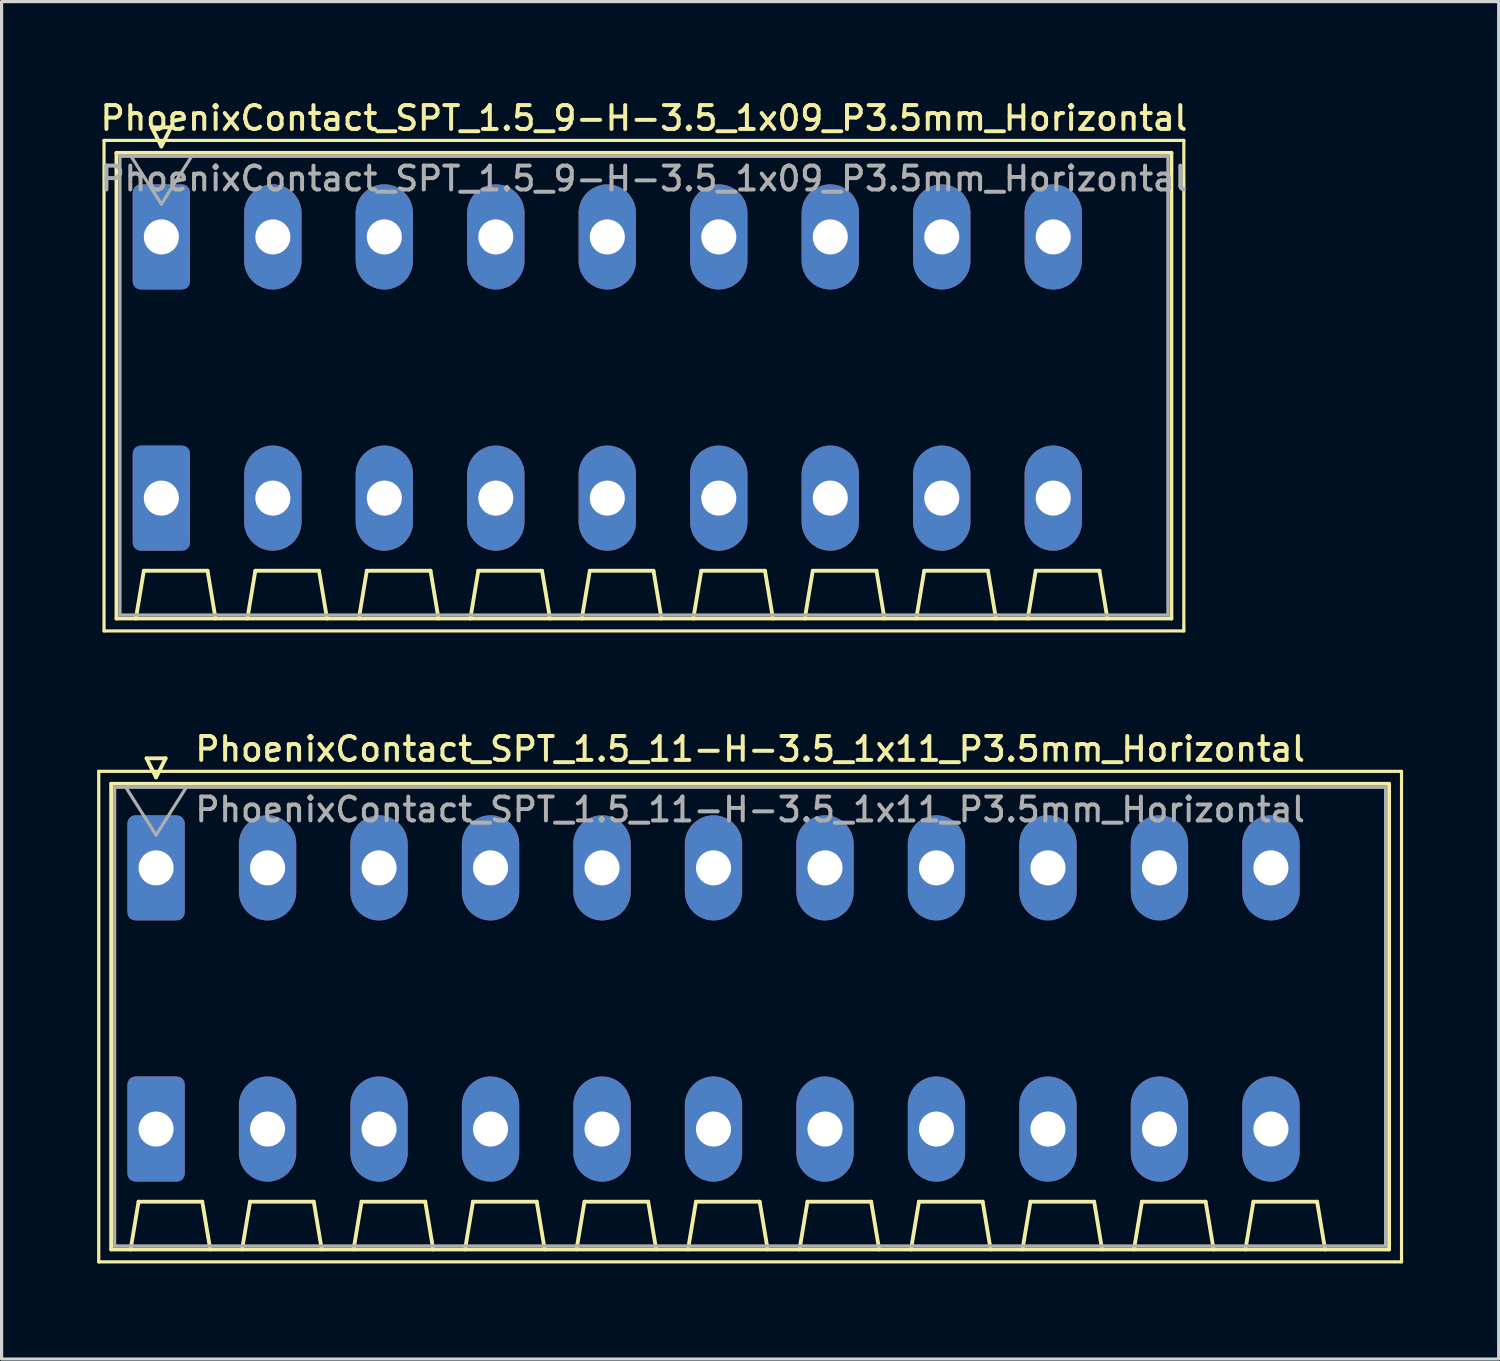
<source format=kicad_pcb>
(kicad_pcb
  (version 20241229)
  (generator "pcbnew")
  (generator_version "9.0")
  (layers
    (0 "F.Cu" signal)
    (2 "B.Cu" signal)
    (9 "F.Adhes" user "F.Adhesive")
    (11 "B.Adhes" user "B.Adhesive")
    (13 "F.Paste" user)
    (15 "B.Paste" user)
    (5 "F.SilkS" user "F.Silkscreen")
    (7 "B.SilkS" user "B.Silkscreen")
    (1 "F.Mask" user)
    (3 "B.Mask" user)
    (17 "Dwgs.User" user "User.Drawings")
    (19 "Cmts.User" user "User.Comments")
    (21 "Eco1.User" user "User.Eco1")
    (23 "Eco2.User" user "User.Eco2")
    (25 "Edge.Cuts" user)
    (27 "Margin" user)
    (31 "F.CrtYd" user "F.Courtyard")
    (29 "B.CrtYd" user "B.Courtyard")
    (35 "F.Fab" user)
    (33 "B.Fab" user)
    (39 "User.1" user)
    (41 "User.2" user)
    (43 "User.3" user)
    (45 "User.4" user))
  (footprint "PhoenixContact_SPT_1.5_9-H-3.5_1x09_P3.5mm_Horizontal"
    (layer "F.Cu")
    (at 2.016 4.388)
    (property "Reference" "PhoenixContact_SPT_1.5_9-H-3.5_1x09_P3.5mm_Horizontal" (at 15.15 -3.73 0) (layer "F.SilkS") (effects (font (size 0.75 0.75) (thickness 0.125))))
    (attr through_hole)
    (fp_line (start -1.8 -3.03) (end -1.8 12.37) (stroke (width 0.1) (type solid)) (layer "F.SilkS"))
    (fp_line (start -1.8 12.37) (end 32.1 12.37) (stroke (width 0.1) (type solid)) (layer "F.SilkS"))
    (fp_line (start -1.41 -2.64) (end 31.71 -2.64) (stroke (width 0.12) (type solid)) (layer "F.SilkS"))
    (fp_line (start -1.41 11.98) (end -1.41 -2.64) (stroke (width 0.12) (type solid)) (layer "F.SilkS"))
    (fp_line (start -0.8 11.98) (end -0.55 10.48) (stroke (width 0.12) (type solid)) (layer "F.SilkS"))
    (fp_line (start -0.55 10.48) (end 1.45 10.48) (stroke (width 0.12) (type solid)) (layer "F.SilkS"))
    (fp_line (start -0.3 -3.44) (end 0 -2.84) (stroke (width 0.12) (type solid)) (layer "F.SilkS"))
    (fp_line (start -0.3 -3.44) (end 0.3 -3.44) (stroke (width 0.12) (type solid)) (layer "F.SilkS"))
    (fp_line (start 0.3 -3.44) (end 0 -2.84) (stroke (width 0.12) (type solid)) (layer "F.SilkS"))
    (fp_line (start 1.7 11.98) (end 1.45 10.48) (stroke (width 0.12) (type solid)) (layer "F.SilkS"))
    (fp_line (start 2.7 11.98) (end 2.95 10.48) (stroke (width 0.12) (type solid)) (layer "F.SilkS"))
    (fp_line (start 2.95 10.48) (end 4.95 10.48) (stroke (width 0.12) (type solid)) (layer "F.SilkS"))
    (fp_line (start 5.2 11.98) (end 4.95 10.48) (stroke (width 0.12) (type solid)) (layer "F.SilkS"))
    (fp_line (start 6.2 11.98) (end 6.45 10.48) (stroke (width 0.12) (type solid)) (layer "F.SilkS"))
    (fp_line (start 6.45 10.48) (end 8.45 10.48) (stroke (width 0.12) (type solid)) (layer "F.SilkS"))
    (fp_line (start 8.7 11.98) (end 8.45 10.48) (stroke (width 0.12) (type solid)) (layer "F.SilkS"))
    (fp_line (start 9.7 11.98) (end 9.95 10.48) (stroke (width 0.12) (type solid)) (layer "F.SilkS"))
    (fp_line (start 9.95 10.48) (end 11.95 10.48) (stroke (width 0.12) (type solid)) (layer "F.SilkS"))
    (fp_line (start 12.2 11.98) (end 11.95 10.48) (stroke (width 0.12) (type solid)) (layer "F.SilkS"))
    (fp_line (start 13.2 11.98) (end 13.45 10.48) (stroke (width 0.12) (type solid)) (layer "F.SilkS"))
    (fp_line (start 13.45 10.48) (end 15.45 10.48) (stroke (width 0.12) (type solid)) (layer "F.SilkS"))
    (fp_line (start 15.7 11.98) (end 15.45 10.48) (stroke (width 0.12) (type solid)) (layer "F.SilkS"))
    (fp_line (start 16.7 11.98) (end 16.95 10.48) (stroke (width 0.12) (type solid)) (layer "F.SilkS"))
    (fp_line (start 16.95 10.48) (end 18.95 10.48) (stroke (width 0.12) (type solid)) (layer "F.SilkS"))
    (fp_line (start 19.2 11.98) (end 18.95 10.48) (stroke (width 0.12) (type solid)) (layer "F.SilkS"))
    (fp_line (start 20.2 11.98) (end 20.45 10.48) (stroke (width 0.12) (type solid)) (layer "F.SilkS"))
    (fp_line (start 20.45 10.48) (end 22.45 10.48) (stroke (width 0.12) (type solid)) (layer "F.SilkS"))
    (fp_line (start 22.7 11.98) (end 22.45 10.48) (stroke (width 0.12) (type solid)) (layer "F.SilkS"))
    (fp_line (start 23.7 11.98) (end 23.95 10.48) (stroke (width 0.12) (type solid)) (layer "F.SilkS"))
    (fp_line (start 23.95 10.48) (end 25.95 10.48) (stroke (width 0.12) (type solid)) (layer "F.SilkS"))
    (fp_line (start 26.2 11.98) (end 25.95 10.48) (stroke (width 0.12) (type solid)) (layer "F.SilkS"))
    (fp_line (start 27.2 11.98) (end 27.45 10.48) (stroke (width 0.12) (type solid)) (layer "F.SilkS"))
    (fp_line (start 27.45 10.48) (end 29.45 10.48) (stroke (width 0.12) (type solid)) (layer "F.SilkS"))
    (fp_line (start 29.7 11.98) (end 29.45 10.48) (stroke (width 0.12) (type solid)) (layer "F.SilkS"))
    (fp_line (start 31.71 -2.64) (end 31.71 11.98) (stroke (width 0.12) (type solid)) (layer "F.SilkS"))
    (fp_line (start 31.71 11.98) (end -1.41 11.98) (stroke (width 0.12) (type solid)) (layer "F.SilkS"))
    (fp_line (start 32.1 -3.03) (end -1.8 -3.03) (stroke (width 0.1) (type solid)) (layer "F.SilkS"))
    (fp_line (start 32.1 12.37) (end 32.1 -3.03) (stroke (width 0.1) (type solid)) (layer "F.SilkS"))
    (fp_line (start -1.3 -2.53) (end -1.3 11.87) (stroke (width 0.1) (type solid)) (layer "F.Fab"))
    (fp_line (start -1.3 11.87) (end 31.6 11.87) (stroke (width 0.1) (type solid)) (layer "F.Fab"))
    (fp_line (start -0.95 -2.53) (end 0 -1.03) (stroke (width 0.1) (type solid)) (layer "F.Fab"))
    (fp_line (start 0.95 -2.53) (end 0 -1.03) (stroke (width 0.1) (type solid)) (layer "F.Fab"))
    (fp_line (start 31.6 -2.53) (end -1.3 -2.53) (stroke (width 0.1) (type solid)) (layer "F.Fab"))
    (fp_line (start 31.6 11.87) (end 31.6 -2.53) (stroke (width 0.1) (type solid)) (layer "F.Fab"))
    (fp_text user "${REFERENCE}" (at 15.15 -1.83 0) (layer "F.Fab") (effects (font (size 0.75 0.75) (thickness 0.125))))
    (pad "1" thru_hole roundrect (at 0 0) (size 1.8 3.3) (drill 1.1) (layers "*.Cu" "*.Mask") (roundrect_rratio 0.139))
    (pad "1" thru_hole roundrect (at 0 8.2) (size 1.8 3.3) (drill 1.1) (layers "*.Cu" "*.Mask") (roundrect_rratio 0.139))
    (pad "2" thru_hole oval (at 3.5 0) (size 1.8 3.3) (drill 1.1) (layers "*.Cu" "*.Mask"))
    (pad "2" thru_hole oval (at 3.5 8.2) (size 1.8 3.3) (drill 1.1) (layers "*.Cu" "*.Mask"))
    (pad "3" thru_hole oval (at 7 0) (size 1.8 3.3) (drill 1.1) (layers "*.Cu" "*.Mask"))
    (pad "3" thru_hole oval (at 7 8.2) (size 1.8 3.3) (drill 1.1) (layers "*.Cu" "*.Mask"))
    (pad "4" thru_hole oval (at 10.5 0) (size 1.8 3.3) (drill 1.1) (layers "*.Cu" "*.Mask"))
    (pad "4" thru_hole oval (at 10.5 8.2) (size 1.8 3.3) (drill 1.1) (layers "*.Cu" "*.Mask"))
    (pad "5" thru_hole oval (at 14 0) (size 1.8 3.3) (drill 1.1) (layers "*.Cu" "*.Mask"))
    (pad "5" thru_hole oval (at 14 8.2) (size 1.8 3.3) (drill 1.1) (layers "*.Cu" "*.Mask"))
    (pad "6" thru_hole oval (at 17.5 0) (size 1.8 3.3) (drill 1.1) (layers "*.Cu" "*.Mask"))
    (pad "6" thru_hole oval (at 17.5 8.2) (size 1.8 3.3) (drill 1.1) (layers "*.Cu" "*.Mask"))
    (pad "7" thru_hole oval (at 21 0) (size 1.8 3.3) (drill 1.1) (layers "*.Cu" "*.Mask"))
    (pad "7" thru_hole oval (at 21 8.2) (size 1.8 3.3) (drill 1.1) (layers "*.Cu" "*.Mask"))
    (pad "8" thru_hole oval (at 24.5 0) (size 1.8 3.3) (drill 1.1) (layers "*.Cu" "*.Mask"))
    (pad "8" thru_hole oval (at 24.5 8.2) (size 1.8 3.3) (drill 1.1) (layers "*.Cu" "*.Mask"))
    (pad "9" thru_hole oval (at 28 0) (size 1.8 3.3) (drill 1.1) (layers "*.Cu" "*.Mask"))
    (pad "9" thru_hole oval (at 28 8.2) (size 1.8 3.3) (drill 1.1) (layers "*.Cu" "*.Mask")))
  (footprint "PhoenixContact_SPT_1.5_11-H-3.5_1x11_P3.5mm_Horizontal"
    (layer "F.Cu")
    (at 1.85 24.196)
    (property "Reference" "PhoenixContact_SPT_1.5_11-H-3.5_1x11_P3.5mm_Horizontal" (at 18.65 -3.73 0) (layer "F.SilkS") (effects (font (size 0.75 0.75) (thickness 0.125))))
    (attr through_hole)
    (fp_line (start -1.8 -3.03) (end -1.8 12.37) (stroke (width 0.1) (type solid)) (layer "F.SilkS"))
    (fp_line (start -1.8 12.37) (end 39.1 12.37) (stroke (width 0.1) (type solid)) (layer "F.SilkS"))
    (fp_line (start -1.41 -2.64) (end 38.71 -2.64) (stroke (width 0.12) (type solid)) (layer "F.SilkS"))
    (fp_line (start -1.41 11.98) (end -1.41 -2.64) (stroke (width 0.12) (type solid)) (layer "F.SilkS"))
    (fp_line (start -0.8 11.98) (end -0.55 10.48) (stroke (width 0.12) (type solid)) (layer "F.SilkS"))
    (fp_line (start -0.55 10.48) (end 1.45 10.48) (stroke (width 0.12) (type solid)) (layer "F.SilkS"))
    (fp_line (start -0.3 -3.44) (end 0 -2.84) (stroke (width 0.12) (type solid)) (layer "F.SilkS"))
    (fp_line (start -0.3 -3.44) (end 0.3 -3.44) (stroke (width 0.12) (type solid)) (layer "F.SilkS"))
    (fp_line (start 0.3 -3.44) (end 0 -2.84) (stroke (width 0.12) (type solid)) (layer "F.SilkS"))
    (fp_line (start 1.7 11.98) (end 1.45 10.48) (stroke (width 0.12) (type solid)) (layer "F.SilkS"))
    (fp_line (start 2.7 11.98) (end 2.95 10.48) (stroke (width 0.12) (type solid)) (layer "F.SilkS"))
    (fp_line (start 2.95 10.48) (end 4.95 10.48) (stroke (width 0.12) (type solid)) (layer "F.SilkS"))
    (fp_line (start 5.2 11.98) (end 4.95 10.48) (stroke (width 0.12) (type solid)) (layer "F.SilkS"))
    (fp_line (start 6.2 11.98) (end 6.45 10.48) (stroke (width 0.12) (type solid)) (layer "F.SilkS"))
    (fp_line (start 6.45 10.48) (end 8.45 10.48) (stroke (width 0.12) (type solid)) (layer "F.SilkS"))
    (fp_line (start 8.7 11.98) (end 8.45 10.48) (stroke (width 0.12) (type solid)) (layer "F.SilkS"))
    (fp_line (start 9.7 11.98) (end 9.95 10.48) (stroke (width 0.12) (type solid)) (layer "F.SilkS"))
    (fp_line (start 9.95 10.48) (end 11.95 10.48) (stroke (width 0.12) (type solid)) (layer "F.SilkS"))
    (fp_line (start 12.2 11.98) (end 11.95 10.48) (stroke (width 0.12) (type solid)) (layer "F.SilkS"))
    (fp_line (start 13.2 11.98) (end 13.45 10.48) (stroke (width 0.12) (type solid)) (layer "F.SilkS"))
    (fp_line (start 13.45 10.48) (end 15.45 10.48) (stroke (width 0.12) (type solid)) (layer "F.SilkS"))
    (fp_line (start 15.7 11.98) (end 15.45 10.48) (stroke (width 0.12) (type solid)) (layer "F.SilkS"))
    (fp_line (start 16.7 11.98) (end 16.95 10.48) (stroke (width 0.12) (type solid)) (layer "F.SilkS"))
    (fp_line (start 16.95 10.48) (end 18.95 10.48) (stroke (width 0.12) (type solid)) (layer "F.SilkS"))
    (fp_line (start 19.2 11.98) (end 18.95 10.48) (stroke (width 0.12) (type solid)) (layer "F.SilkS"))
    (fp_line (start 20.2 11.98) (end 20.45 10.48) (stroke (width 0.12) (type solid)) (layer "F.SilkS"))
    (fp_line (start 20.45 10.48) (end 22.45 10.48) (stroke (width 0.12) (type solid)) (layer "F.SilkS"))
    (fp_line (start 22.7 11.98) (end 22.45 10.48) (stroke (width 0.12) (type solid)) (layer "F.SilkS"))
    (fp_line (start 23.7 11.98) (end 23.95 10.48) (stroke (width 0.12) (type solid)) (layer "F.SilkS"))
    (fp_line (start 23.95 10.48) (end 25.95 10.48) (stroke (width 0.12) (type solid)) (layer "F.SilkS"))
    (fp_line (start 26.2 11.98) (end 25.95 10.48) (stroke (width 0.12) (type solid)) (layer "F.SilkS"))
    (fp_line (start 27.2 11.98) (end 27.45 10.48) (stroke (width 0.12) (type solid)) (layer "F.SilkS"))
    (fp_line (start 27.45 10.48) (end 29.45 10.48) (stroke (width 0.12) (type solid)) (layer "F.SilkS"))
    (fp_line (start 29.7 11.98) (end 29.45 10.48) (stroke (width 0.12) (type solid)) (layer "F.SilkS"))
    (fp_line (start 30.7 11.98) (end 30.95 10.48) (stroke (width 0.12) (type solid)) (layer "F.SilkS"))
    (fp_line (start 30.95 10.48) (end 32.95 10.48) (stroke (width 0.12) (type solid)) (layer "F.SilkS"))
    (fp_line (start 33.2 11.98) (end 32.95 10.48) (stroke (width 0.12) (type solid)) (layer "F.SilkS"))
    (fp_line (start 34.2 11.98) (end 34.45 10.48) (stroke (width 0.12) (type solid)) (layer "F.SilkS"))
    (fp_line (start 34.45 10.48) (end 36.45 10.48) (stroke (width 0.12) (type solid)) (layer "F.SilkS"))
    (fp_line (start 36.7 11.98) (end 36.45 10.48) (stroke (width 0.12) (type solid)) (layer "F.SilkS"))
    (fp_line (start 38.71 -2.64) (end 38.71 11.98) (stroke (width 0.12) (type solid)) (layer "F.SilkS"))
    (fp_line (start 38.71 11.98) (end -1.41 11.98) (stroke (width 0.12) (type solid)) (layer "F.SilkS"))
    (fp_line (start 39.1 -3.03) (end -1.8 -3.03) (stroke (width 0.1) (type solid)) (layer "F.SilkS"))
    (fp_line (start 39.1 12.37) (end 39.1 -3.03) (stroke (width 0.1) (type solid)) (layer "F.SilkS"))
    (fp_line (start -1.3 -2.53) (end -1.3 11.87) (stroke (width 0.1) (type solid)) (layer "F.Fab"))
    (fp_line (start -1.3 11.87) (end 38.6 11.87) (stroke (width 0.1) (type solid)) (layer "F.Fab"))
    (fp_line (start -0.95 -2.53) (end 0 -1.03) (stroke (width 0.1) (type solid)) (layer "F.Fab"))
    (fp_line (start 0.95 -2.53) (end 0 -1.03) (stroke (width 0.1) (type solid)) (layer "F.Fab"))
    (fp_line (start 38.6 -2.53) (end -1.3 -2.53) (stroke (width 0.1) (type solid)) (layer "F.Fab"))
    (fp_line (start 38.6 11.87) (end 38.6 -2.53) (stroke (width 0.1) (type solid)) (layer "F.Fab"))
    (fp_text user "${REFERENCE}" (at 18.65 -1.83 0) (layer "F.Fab") (effects (font (size 0.75 0.75) (thickness 0.125))))
    (pad "1" thru_hole roundrect (at 0 0) (size 1.8 3.3) (drill 1.1) (layers "*.Cu" "*.Mask") (roundrect_rratio 0.139))
    (pad "1" thru_hole roundrect (at 0 8.2) (size 1.8 3.3) (drill 1.1) (layers "*.Cu" "*.Mask") (roundrect_rratio 0.139))
    (pad "2" thru_hole oval (at 3.5 0) (size 1.8 3.3) (drill 1.1) (layers "*.Cu" "*.Mask"))
    (pad "2" thru_hole oval (at 3.5 8.2) (size 1.8 3.3) (drill 1.1) (layers "*.Cu" "*.Mask"))
    (pad "3" thru_hole oval (at 7 0) (size 1.8 3.3) (drill 1.1) (layers "*.Cu" "*.Mask"))
    (pad "3" thru_hole oval (at 7 8.2) (size 1.8 3.3) (drill 1.1) (layers "*.Cu" "*.Mask"))
    (pad "4" thru_hole oval (at 10.5 0) (size 1.8 3.3) (drill 1.1) (layers "*.Cu" "*.Mask"))
    (pad "4" thru_hole oval (at 10.5 8.2) (size 1.8 3.3) (drill 1.1) (layers "*.Cu" "*.Mask"))
    (pad "5" thru_hole oval (at 14 0) (size 1.8 3.3) (drill 1.1) (layers "*.Cu" "*.Mask"))
    (pad "5" thru_hole oval (at 14 8.2) (size 1.8 3.3) (drill 1.1) (layers "*.Cu" "*.Mask"))
    (pad "6" thru_hole oval (at 17.5 0) (size 1.8 3.3) (drill 1.1) (layers "*.Cu" "*.Mask"))
    (pad "6" thru_hole oval (at 17.5 8.2) (size 1.8 3.3) (drill 1.1) (layers "*.Cu" "*.Mask"))
    (pad "7" thru_hole oval (at 21 0) (size 1.8 3.3) (drill 1.1) (layers "*.Cu" "*.Mask"))
    (pad "7" thru_hole oval (at 21 8.2) (size 1.8 3.3) (drill 1.1) (layers "*.Cu" "*.Mask"))
    (pad "8" thru_hole oval (at 24.5 0) (size 1.8 3.3) (drill 1.1) (layers "*.Cu" "*.Mask"))
    (pad "8" thru_hole oval (at 24.5 8.2) (size 1.8 3.3) (drill 1.1) (layers "*.Cu" "*.Mask"))
    (pad "9" thru_hole oval (at 28 0) (size 1.8 3.3) (drill 1.1) (layers "*.Cu" "*.Mask"))
    (pad "9" thru_hole oval (at 28 8.2) (size 1.8 3.3) (drill 1.1) (layers "*.Cu" "*.Mask"))
    (pad "10" thru_hole oval (at 31.5 0) (size 1.8 3.3) (drill 1.1) (layers "*.Cu" "*.Mask"))
    (pad "10" thru_hole oval (at 31.5 8.2) (size 1.8 3.3) (drill 1.1) (layers "*.Cu" "*.Mask"))
    (pad "11" thru_hole oval (at 35 0) (size 1.8 3.3) (drill 1.1) (layers "*.Cu" "*.Mask"))
    (pad "11" thru_hole oval (at 35 8.2) (size 1.8 3.3) (drill 1.1) (layers "*.Cu" "*.Mask")))
  (gr_rect
    (start -3 -3)
    (end 44 39.616)
    (stroke (width 0.1) (type default))
    (fill no)
    (layer "Edge.Cuts")))
</source>
